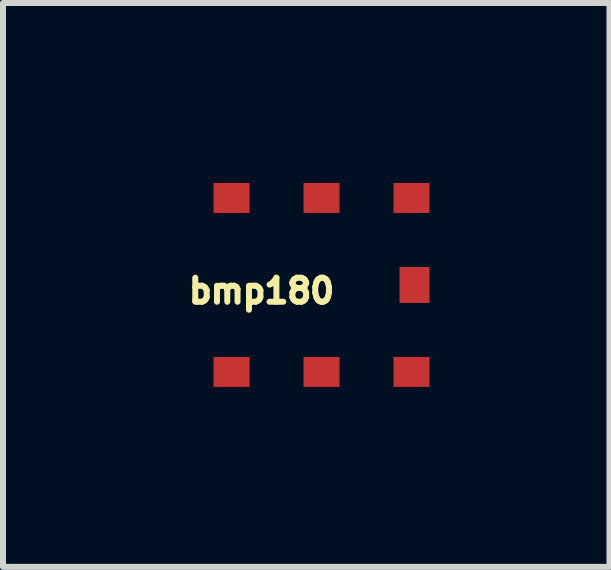
<source format=kicad_pcb>
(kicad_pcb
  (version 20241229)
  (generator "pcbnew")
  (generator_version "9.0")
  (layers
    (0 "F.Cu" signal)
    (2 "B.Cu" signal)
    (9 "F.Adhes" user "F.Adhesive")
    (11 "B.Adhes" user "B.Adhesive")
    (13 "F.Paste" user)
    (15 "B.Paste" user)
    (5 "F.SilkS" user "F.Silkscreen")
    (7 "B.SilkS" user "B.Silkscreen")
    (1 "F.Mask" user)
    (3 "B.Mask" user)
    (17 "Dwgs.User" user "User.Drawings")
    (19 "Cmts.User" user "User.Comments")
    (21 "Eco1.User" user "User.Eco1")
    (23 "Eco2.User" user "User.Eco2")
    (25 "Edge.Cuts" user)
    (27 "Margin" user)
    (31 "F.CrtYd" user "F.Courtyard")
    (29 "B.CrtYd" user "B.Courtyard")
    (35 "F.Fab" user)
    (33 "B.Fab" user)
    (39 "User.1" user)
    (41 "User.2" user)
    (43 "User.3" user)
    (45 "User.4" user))
  (footprint "bmp180"
    (layer "F.Cu")
    (at 2.31 1.7)
    (property "Reference" "bmp180" (at -1 0.1 0) (layer "F.SilkS") (effects (font (size 0.4 0.4) (thickness 0.1))))
    (attr through_hole)
    (pad "1" smd rect (at 1.5 1.45) (size 0.6 0.5) (layers "F.Cu" "F.Mask" "F.Paste"))
    (pad "2" smd rect (at 0 1.45) (size 0.6 0.5) (layers "F.Cu" "F.Mask" "F.Paste"))
    (pad "3" smd rect (at -1.5 1.45) (size 0.6 0.5) (layers "F.Cu" "F.Mask" "F.Paste"))
    (pad "4" smd rect (at -1.5 -1.45) (size 0.6 0.5) (layers "F.Cu" "F.Mask" "F.Paste"))
    (pad "5" smd rect (at 0 -1.45) (size 0.6 0.5) (layers "F.Cu" "F.Mask" "F.Paste"))
    (pad "6" smd rect (at 1.5 -1.45) (size 0.6 0.5) (layers "F.Cu" "F.Mask" "F.Paste"))
    (pad "7" smd rect (at 1.55 0) (size 0.5 0.6) (layers "F.Cu" "F.Mask" "F.Paste")))
  (gr_rect
    (start -3 -3)
    (end 7.11 6.4)
    (stroke (width 0.1) (type default))
    (fill no)
    (layer "Edge.Cuts")))
</source>
